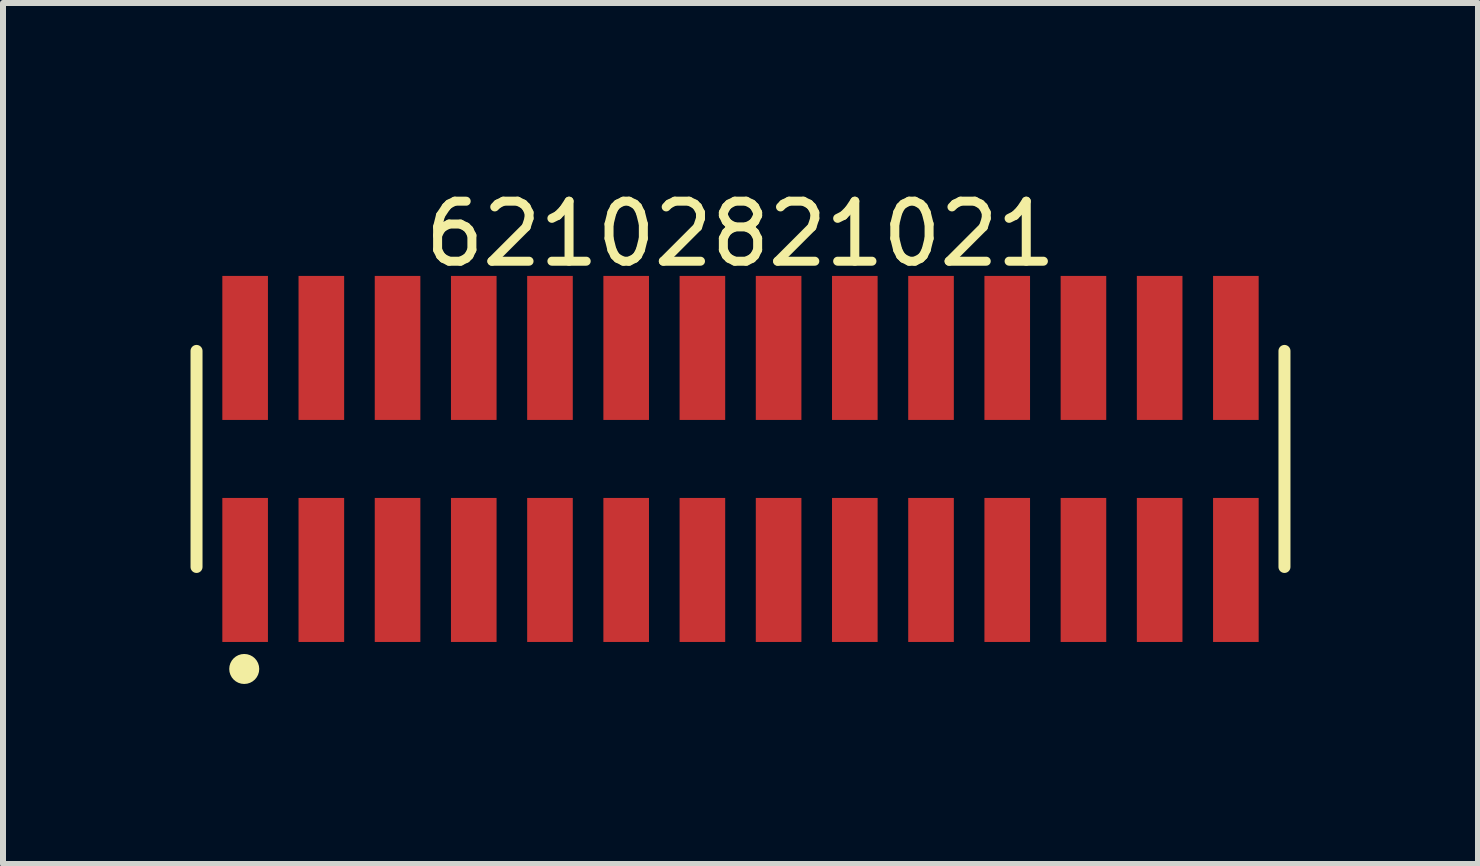
<source format=kicad_pcb>
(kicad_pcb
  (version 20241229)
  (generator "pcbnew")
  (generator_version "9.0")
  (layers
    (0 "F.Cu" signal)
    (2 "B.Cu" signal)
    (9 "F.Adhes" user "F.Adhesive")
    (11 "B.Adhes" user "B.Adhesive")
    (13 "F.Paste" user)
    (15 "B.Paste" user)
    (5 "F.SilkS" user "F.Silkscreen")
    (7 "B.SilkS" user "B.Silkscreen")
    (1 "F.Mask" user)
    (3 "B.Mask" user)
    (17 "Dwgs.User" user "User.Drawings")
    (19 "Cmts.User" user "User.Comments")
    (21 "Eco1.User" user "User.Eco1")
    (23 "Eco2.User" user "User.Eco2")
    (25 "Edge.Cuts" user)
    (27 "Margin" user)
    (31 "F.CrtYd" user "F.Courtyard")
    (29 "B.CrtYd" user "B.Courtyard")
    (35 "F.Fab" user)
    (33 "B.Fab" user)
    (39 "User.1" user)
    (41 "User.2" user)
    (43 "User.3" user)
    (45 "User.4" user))
  (footprint "62102821021"
    (layer "F.Cu")
    (at 9.29 4.598)
    (property "Reference" "62102821021" (at 0 -3.75 0) (layer "F.SilkS") (effects (font (size 1 1) (thickness 0.15))))
    (fp_line (start -9.065 1.8) (end -9.065 -1.8) (stroke (width 0.2) (type solid)) (layer "F.SilkS"))
    (fp_line (start 9.065 1.8) (end 9.065 -1.8) (stroke (width 0.2) (type solid)) (layer "F.SilkS"))
    (fp_circle (center -8.27 3.5) (end -8.27 3.375) (stroke (width 0.25) (type solid)) (fill no) (layer "F.SilkS"))
    (fp_line (start -9.265 -3.25) (end 9.265 -3.25) (stroke (width 0.05) (type solid)) (layer "Eco2.User"))
    (fp_line (start -9.265 3.25) (end -9.265 -3.25) (stroke (width 0.05) (type solid)) (layer "Eco2.User"))
    (fp_line (start -9.265 3.25) (end 9.265 3.25) (stroke (width 0.05) (type solid)) (layer "Eco2.User"))
    (fp_line (start -8.89 -1.7) (end 8.89 -1.7) (stroke (width 0.1) (type solid)) (layer "Eco2.User"))
    (fp_line (start -8.89 1.7) (end -8.89 -1.7) (stroke (width 0.1) (type solid)) (layer "Eco2.User"))
    (fp_line (start -8.89 1.7) (end 8.89 1.7) (stroke (width 0.1) (type solid)) (layer "Eco2.User"))
    (fp_line (start -8.455 -2.5) (end -8.055 -2.5) (stroke (width 0.1) (type solid)) (layer "Eco2.User"))
    (fp_line (start -8.455 -1.7) (end -8.455 -2.5) (stroke (width 0.1) (type solid)) (layer "Eco2.User"))
    (fp_line (start -8.455 2.5) (end -8.455 1.7) (stroke (width 0.1) (type solid)) (layer "Eco2.User"))
    (fp_line (start -8.455 2.5) (end -8.055 2.5) (stroke (width 0.1) (type solid)) (layer "Eco2.User"))
    (fp_line (start -8.055 -1.7) (end -8.055 -2.5) (stroke (width 0.1) (type solid)) (layer "Eco2.User"))
    (fp_line (start -8.055 2.5) (end -8.055 1.7) (stroke (width 0.1) (type solid)) (layer "Eco2.User"))
    (fp_line (start -7.185 -2.5) (end -6.785 -2.5) (stroke (width 0.1) (type solid)) (layer "Eco2.User"))
    (fp_line (start -7.185 -1.7) (end -7.185 -2.5) (stroke (width 0.1) (type solid)) (layer "Eco2.User"))
    (fp_line (start -7.185 2.5) (end -7.185 1.7) (stroke (width 0.1) (type solid)) (layer "Eco2.User"))
    (fp_line (start -7.185 2.5) (end -6.785 2.5) (stroke (width 0.1) (type solid)) (layer "Eco2.User"))
    (fp_line (start -6.785 -1.7) (end -6.785 -2.5) (stroke (width 0.1) (type solid)) (layer "Eco2.User"))
    (fp_line (start -6.785 2.5) (end -6.785 1.7) (stroke (width 0.1) (type solid)) (layer "Eco2.User"))
    (fp_line (start -5.915 -2.5) (end -5.515 -2.5) (stroke (width 0.1) (type solid)) (layer "Eco2.User"))
    (fp_line (start -5.915 -1.7) (end -5.915 -2.5) (stroke (width 0.1) (type solid)) (layer "Eco2.User"))
    (fp_line (start -5.915 2.5) (end -5.915 1.7) (stroke (width 0.1) (type solid)) (layer "Eco2.User"))
    (fp_line (start -5.915 2.5) (end -5.515 2.5) (stroke (width 0.1) (type solid)) (layer "Eco2.User"))
    (fp_line (start -5.515 -1.7) (end -5.515 -2.5) (stroke (width 0.1) (type solid)) (layer "Eco2.User"))
    (fp_line (start -5.515 2.5) (end -5.515 1.7) (stroke (width 0.1) (type solid)) (layer "Eco2.User"))
    (fp_line (start -4.645 -2.5) (end -4.245 -2.5) (stroke (width 0.1) (type solid)) (layer "Eco2.User"))
    (fp_line (start -4.645 -1.7) (end -4.645 -2.5) (stroke (width 0.1) (type solid)) (layer "Eco2.User"))
    (fp_line (start -4.645 2.5) (end -4.645 1.7) (stroke (width 0.1) (type solid)) (layer "Eco2.User"))
    (fp_line (start -4.645 2.5) (end -4.245 2.5) (stroke (width 0.1) (type solid)) (layer "Eco2.User"))
    (fp_line (start -4.245 -1.7) (end -4.245 -2.5) (stroke (width 0.1) (type solid)) (layer "Eco2.User"))
    (fp_line (start -4.245 2.5) (end -4.245 1.7) (stroke (width 0.1) (type solid)) (layer "Eco2.User"))
    (fp_line (start -3.375 -2.5) (end -2.975 -2.5) (stroke (width 0.1) (type solid)) (layer "Eco2.User"))
    (fp_line (start -3.375 -1.7) (end -3.375 -2.5) (stroke (width 0.1) (type solid)) (layer "Eco2.User"))
    (fp_line (start -3.375 2.5) (end -3.375 1.7) (stroke (width 0.1) (type solid)) (layer "Eco2.User"))
    (fp_line (start -3.375 2.5) (end -2.975 2.5) (stroke (width 0.1) (type solid)) (layer "Eco2.User"))
    (fp_line (start -2.975 -1.7) (end -2.975 -2.5) (stroke (width 0.1) (type solid)) (layer "Eco2.User"))
    (fp_line (start -2.975 2.5) (end -2.975 1.7) (stroke (width 0.1) (type solid)) (layer "Eco2.User"))
    (fp_line (start -2.105 -2.5) (end -1.705 -2.5) (stroke (width 0.1) (type solid)) (layer "Eco2.User"))
    (fp_line (start -2.105 -1.7) (end -2.105 -2.5) (stroke (width 0.1) (type solid)) (layer "Eco2.User"))
    (fp_line (start -2.105 2.5) (end -2.105 1.7) (stroke (width 0.1) (type solid)) (layer "Eco2.User"))
    (fp_line (start -2.105 2.5) (end -1.705 2.5) (stroke (width 0.1) (type solid)) (layer "Eco2.User"))
    (fp_line (start -1.705 -1.7) (end -1.705 -2.5) (stroke (width 0.1) (type solid)) (layer "Eco2.User"))
    (fp_line (start -1.705 2.5) (end -1.705 1.7) (stroke (width 0.1) (type solid)) (layer "Eco2.User"))
    (fp_line (start -0.835 -2.5) (end -0.435 -2.5) (stroke (width 0.1) (type solid)) (layer "Eco2.User"))
    (fp_line (start -0.835 -1.7) (end -0.835 -2.5) (stroke (width 0.1) (type solid)) (layer "Eco2.User"))
    (fp_line (start -0.835 2.5) (end -0.835 1.7) (stroke (width 0.1) (type solid)) (layer "Eco2.User"))
    (fp_line (start -0.835 2.5) (end -0.435 2.5) (stroke (width 0.1) (type solid)) (layer "Eco2.User"))
    (fp_line (start -0.5 0) (end 0.5 0) (stroke (width 0.05) (type solid)) (layer "Eco2.User"))
    (fp_line (start -0.435 -1.7) (end -0.435 -2.5) (stroke (width 0.1) (type solid)) (layer "Eco2.User"))
    (fp_line (start -0.435 2.5) (end -0.435 1.7) (stroke (width 0.1) (type solid)) (layer "Eco2.User"))
    (fp_line (start 0 0.5) (end 0 -0.5) (stroke (width 0.05) (type solid)) (layer "Eco2.User"))
    (fp_line (start 0.435 -2.5) (end 0.835 -2.5) (stroke (width 0.1) (type solid)) (layer "Eco2.User"))
    (fp_line (start 0.435 -1.7) (end 0.435 -2.5) (stroke (width 0.1) (type solid)) (layer "Eco2.User"))
    (fp_line (start 0.435 2.5) (end 0.435 1.7) (stroke (width 0.1) (type solid)) (layer "Eco2.User"))
    (fp_line (start 0.435 2.5) (end 0.835 2.5) (stroke (width 0.1) (type solid)) (layer "Eco2.User"))
    (fp_line (start 0.835 -1.7) (end 0.835 -2.5) (stroke (width 0.1) (type solid)) (layer "Eco2.User"))
    (fp_line (start 0.835 2.5) (end 0.835 1.7) (stroke (width 0.1) (type solid)) (layer "Eco2.User"))
    (fp_line (start 1.705 -2.5) (end 2.105 -2.5) (stroke (width 0.1) (type solid)) (layer "Eco2.User"))
    (fp_line (start 1.705 -1.7) (end 1.705 -2.5) (stroke (width 0.1) (type solid)) (layer "Eco2.User"))
    (fp_line (start 1.705 2.5) (end 1.705 1.7) (stroke (width 0.1) (type solid)) (layer "Eco2.User"))
    (fp_line (start 1.705 2.5) (end 2.105 2.5) (stroke (width 0.1) (type solid)) (layer "Eco2.User"))
    (fp_line (start 2.105 -1.7) (end 2.105 -2.5) (stroke (width 0.1) (type solid)) (layer "Eco2.User"))
    (fp_line (start 2.105 2.5) (end 2.105 1.7) (stroke (width 0.1) (type solid)) (layer "Eco2.User"))
    (fp_line (start 2.975 -2.5) (end 3.375 -2.5) (stroke (width 0.1) (type solid)) (layer "Eco2.User"))
    (fp_line (start 2.975 -1.7) (end 2.975 -2.5) (stroke (width 0.1) (type solid)) (layer "Eco2.User"))
    (fp_line (start 2.975 2.5) (end 2.975 1.7) (stroke (width 0.1) (type solid)) (layer "Eco2.User"))
    (fp_line (start 2.975 2.5) (end 3.375 2.5) (stroke (width 0.1) (type solid)) (layer "Eco2.User"))
    (fp_line (start 3.375 -1.7) (end 3.375 -2.5) (stroke (width 0.1) (type solid)) (layer "Eco2.User"))
    (fp_line (start 3.375 2.5) (end 3.375 1.7) (stroke (width 0.1) (type solid)) (layer "Eco2.User"))
    (fp_line (start 4.245 -2.5) (end 4.645 -2.5) (stroke (width 0.1) (type solid)) (layer "Eco2.User"))
    (fp_line (start 4.245 -1.7) (end 4.245 -2.5) (stroke (width 0.1) (type solid)) (layer "Eco2.User"))
    (fp_line (start 4.245 2.5) (end 4.245 1.7) (stroke (width 0.1) (type solid)) (layer "Eco2.User"))
    (fp_line (start 4.245 2.5) (end 4.645 2.5) (stroke (width 0.1) (type solid)) (layer "Eco2.User"))
    (fp_line (start 4.645 -1.7) (end 4.645 -2.5) (stroke (width 0.1) (type solid)) (layer "Eco2.User"))
    (fp_line (start 4.645 2.5) (end 4.645 1.7) (stroke (width 0.1) (type solid)) (layer "Eco2.User"))
    (fp_line (start 5.515 -2.5) (end 5.915 -2.5) (stroke (width 0.1) (type solid)) (layer "Eco2.User"))
    (fp_line (start 5.515 -1.7) (end 5.515 -2.5) (stroke (width 0.1) (type solid)) (layer "Eco2.User"))
    (fp_line (start 5.515 2.5) (end 5.515 1.7) (stroke (width 0.1) (type solid)) (layer "Eco2.User"))
    (fp_line (start 5.515 2.5) (end 5.915 2.5) (stroke (width 0.1) (type solid)) (layer "Eco2.User"))
    (fp_line (start 5.915 -1.7) (end 5.915 -2.5) (stroke (width 0.1) (type solid)) (layer "Eco2.User"))
    (fp_line (start 5.915 2.5) (end 5.915 1.7) (stroke (width 0.1) (type solid)) (layer "Eco2.User"))
    (fp_line (start 6.785 -2.5) (end 7.185 -2.5) (stroke (width 0.1) (type solid)) (layer "Eco2.User"))
    (fp_line (start 6.785 -1.7) (end 6.785 -2.5) (stroke (width 0.1) (type solid)) (layer "Eco2.User"))
    (fp_line (start 6.785 2.5) (end 6.785 1.7) (stroke (width 0.1) (type solid)) (layer "Eco2.User"))
    (fp_line (start 6.785 2.5) (end 7.185 2.5) (stroke (width 0.1) (type solid)) (layer "Eco2.User"))
    (fp_line (start 7.185 -1.7) (end 7.185 -2.5) (stroke (width 0.1) (type solid)) (layer "Eco2.User"))
    (fp_line (start 7.185 2.5) (end 7.185 1.7) (stroke (width 0.1) (type solid)) (layer "Eco2.User"))
    (fp_line (start 8.055 -2.5) (end 8.455 -2.5) (stroke (width 0.1) (type solid)) (layer "Eco2.User"))
    (fp_line (start 8.055 -1.7) (end 8.055 -2.5) (stroke (width 0.1) (type solid)) (layer "Eco2.User"))
    (fp_line (start 8.055 2.5) (end 8.055 1.7) (stroke (width 0.1) (type solid)) (layer "Eco2.User"))
    (fp_line (start 8.055 2.5) (end 8.455 2.5) (stroke (width 0.1) (type solid)) (layer "Eco2.User"))
    (fp_line (start 8.455 -1.7) (end 8.455 -2.5) (stroke (width 0.1) (type solid)) (layer "Eco2.User"))
    (fp_line (start 8.455 2.5) (end 8.455 1.7) (stroke (width 0.1) (type solid)) (layer "Eco2.User"))
    (fp_line (start 8.89 1.7) (end 8.89 -1.7) (stroke (width 0.1) (type solid)) (layer "Eco2.User"))
    (fp_line (start 9.265 3.25) (end 9.265 -3.25) (stroke (width 0.05) (type solid)) (layer "Eco2.User"))
    (fp_text user "${REFERENCE}" (at 0.07 -0.092 0) (unlocked yes) (layer "User.3") (effects (font (size 0.7 0.7) (thickness 0.07))))
    (pad "1" smd rect (at -8.255 1.85) (size 0.76 2.4) (layers "F.Cu" "F.Mask" "F.Paste"))
    (pad "2" smd rect (at -8.255 -1.85) (size 0.76 2.4) (layers "F.Cu" "F.Mask" "F.Paste"))
    (pad "3" smd rect (at -6.985 1.85) (size 0.76 2.4) (layers "F.Cu" "F.Mask" "F.Paste"))
    (pad "4" smd rect (at -6.985 -1.85) (size 0.76 2.4) (layers "F.Cu" "F.Mask" "F.Paste"))
    (pad "5" smd rect (at -5.715 1.85) (size 0.76 2.4) (layers "F.Cu" "F.Mask" "F.Paste"))
    (pad "6" smd rect (at -5.715 -1.85) (size 0.76 2.4) (layers "F.Cu" "F.Mask" "F.Paste"))
    (pad "7" smd rect (at -4.445 1.85) (size 0.76 2.4) (layers "F.Cu" "F.Mask" "F.Paste"))
    (pad "8" smd rect (at -4.445 -1.85) (size 0.76 2.4) (layers "F.Cu" "F.Mask" "F.Paste"))
    (pad "9" smd rect (at -3.175 1.85) (size 0.76 2.4) (layers "F.Cu" "F.Mask" "F.Paste"))
    (pad "10" smd rect (at -3.175 -1.85) (size 0.76 2.4) (layers "F.Cu" "F.Mask" "F.Paste"))
    (pad "11" smd rect (at -1.905 1.85) (size 0.76 2.4) (layers "F.Cu" "F.Mask" "F.Paste"))
    (pad "12" smd rect (at -1.905 -1.85) (size 0.76 2.4) (layers "F.Cu" "F.Mask" "F.Paste"))
    (pad "13" smd rect (at -0.635 1.85) (size 0.76 2.4) (layers "F.Cu" "F.Mask" "F.Paste"))
    (pad "14" smd rect (at -0.635 -1.85) (size 0.76 2.4) (layers "F.Cu" "F.Mask" "F.Paste"))
    (pad "15" smd rect (at 0.635 1.85) (size 0.76 2.4) (layers "F.Cu" "F.Mask" "F.Paste"))
    (pad "16" smd rect (at 0.635 -1.85) (size 0.76 2.4) (layers "F.Cu" "F.Mask" "F.Paste"))
    (pad "17" smd rect (at 1.905 1.85) (size 0.76 2.4) (layers "F.Cu" "F.Mask" "F.Paste"))
    (pad "18" smd rect (at 1.905 -1.85) (size 0.76 2.4) (layers "F.Cu" "F.Mask" "F.Paste"))
    (pad "19" smd rect (at 3.175 1.85) (size 0.76 2.4) (layers "F.Cu" "F.Mask" "F.Paste"))
    (pad "20" smd rect (at 3.175 -1.85) (size 0.76 2.4) (layers "F.Cu" "F.Mask" "F.Paste"))
    (pad "21" smd rect (at 4.445 1.85) (size 0.76 2.4) (layers "F.Cu" "F.Mask" "F.Paste"))
    (pad "22" smd rect (at 4.445 -1.85) (size 0.76 2.4) (layers "F.Cu" "F.Mask" "F.Paste"))
    (pad "23" smd rect (at 5.715 1.85) (size 0.76 2.4) (layers "F.Cu" "F.Mask" "F.Paste"))
    (pad "24" smd rect (at 5.715 -1.85) (size 0.76 2.4) (layers "F.Cu" "F.Mask" "F.Paste"))
    (pad "25" smd rect (at 6.985 1.85) (size 0.76 2.4) (layers "F.Cu" "F.Mask" "F.Paste"))
    (pad "26" smd rect (at 6.985 -1.85) (size 0.76 2.4) (layers "F.Cu" "F.Mask" "F.Paste"))
    (pad "27" smd rect (at 8.255 1.85) (size 0.76 2.4) (layers "F.Cu" "F.Mask" "F.Paste"))
    (pad "28" smd rect (at 8.255 -1.85) (size 0.76 2.4) (layers "F.Cu" "F.Mask" "F.Paste")))
  (gr_rect
    (start -3 -3)
    (end 21.58 11.348)
    (stroke (width 0.1) (type default))
    (fill no)
    (layer "Edge.Cuts")))
</source>
